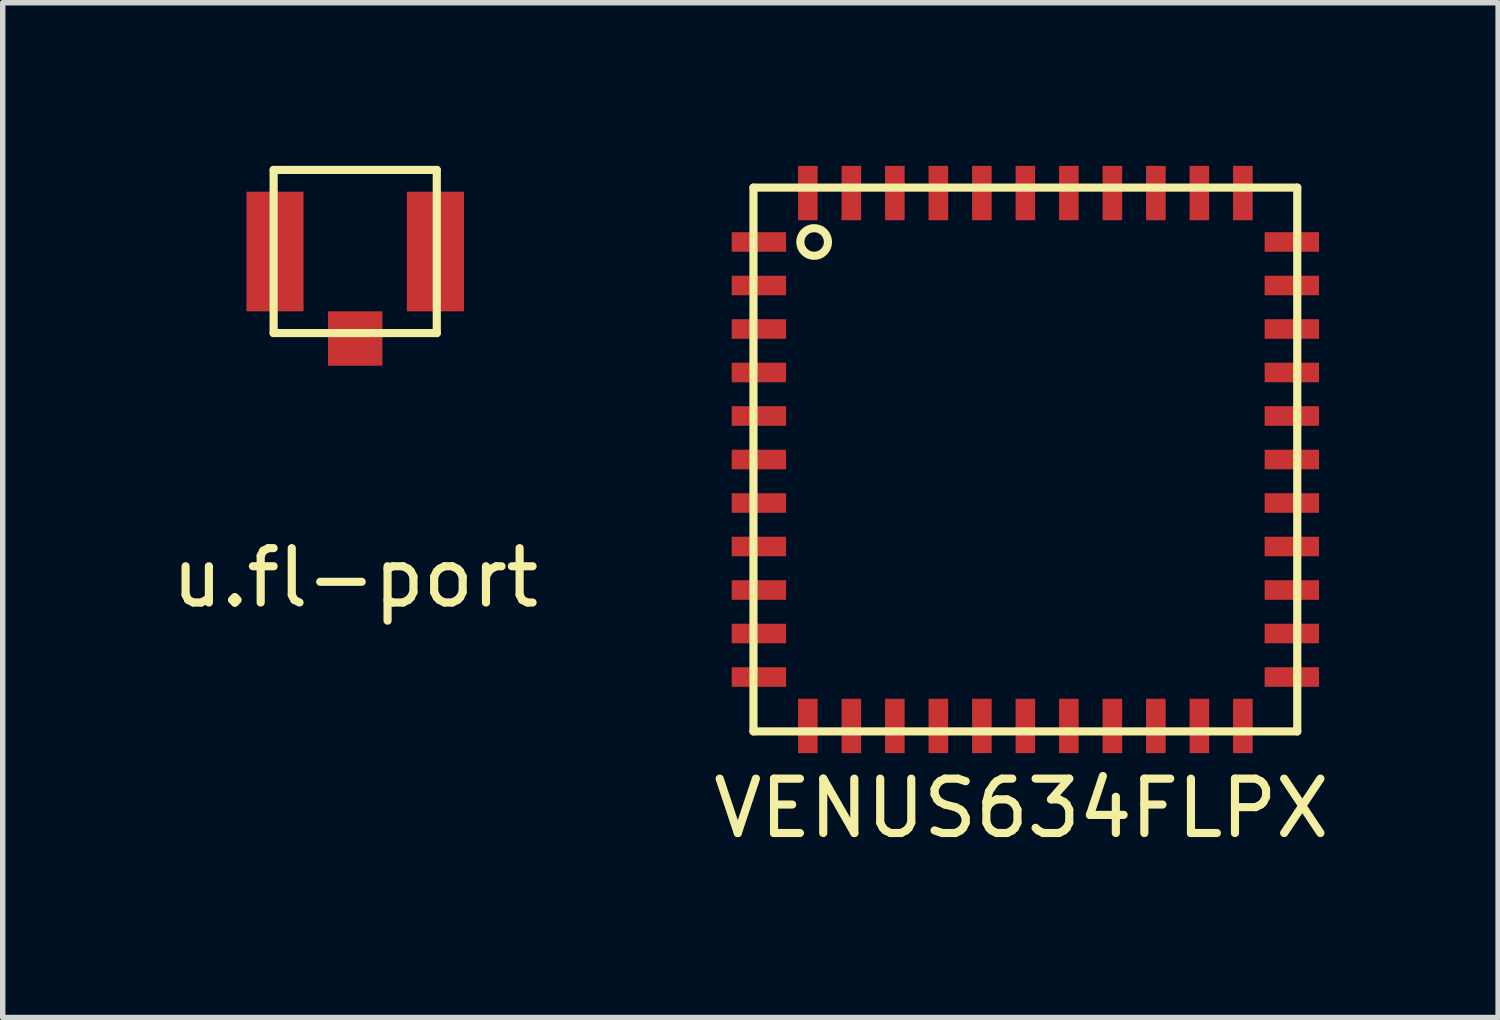
<source format=kicad_pcb>
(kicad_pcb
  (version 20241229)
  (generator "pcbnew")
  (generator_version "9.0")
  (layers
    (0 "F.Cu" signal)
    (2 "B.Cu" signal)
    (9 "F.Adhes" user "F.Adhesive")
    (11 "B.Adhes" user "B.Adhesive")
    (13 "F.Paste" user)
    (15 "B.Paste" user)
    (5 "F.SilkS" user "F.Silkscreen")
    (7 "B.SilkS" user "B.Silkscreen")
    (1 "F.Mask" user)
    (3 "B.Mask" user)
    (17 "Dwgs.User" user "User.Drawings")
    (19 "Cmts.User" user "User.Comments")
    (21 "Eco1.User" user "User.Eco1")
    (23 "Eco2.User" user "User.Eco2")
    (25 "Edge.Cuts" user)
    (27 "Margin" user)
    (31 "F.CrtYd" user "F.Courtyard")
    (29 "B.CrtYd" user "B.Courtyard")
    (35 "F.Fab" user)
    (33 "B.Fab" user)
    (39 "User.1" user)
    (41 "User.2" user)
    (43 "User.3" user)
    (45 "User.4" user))
  (footprint "VENUS634FLPX"
    (layer "F.Cu")
    (at 10.906 1.4)
    (property "Reference" "VENUS634FLPX" (at 4.826 10.414 0) (layer "F.SilkS") (effects (font (size 1 1) (thickness 0.15))))
    (attr through_hole)
    (fp_line (start -0.1 -1) (end 9.9 -1) (stroke (width 0.15) (type solid)) (layer "F.SilkS"))
    (fp_line (start -0.1 9) (end -0.1 -1) (stroke (width 0.15) (type solid)) (layer "F.SilkS"))
    (fp_line (start 9.9 -1) (end 9.9 9) (stroke (width 0.15) (type solid)) (layer "F.SilkS"))
    (fp_line (start 9.9 9) (end -0.1 9) (stroke (width 0.15) (type solid)) (layer "F.SilkS"))
    (fp_circle (center 1.016 0) (end 1.016 0.254) (stroke (width 0.15) (type solid)) (fill no) (layer "F.SilkS"))
    (pad "1" smd rect (at 0 0 90) (size 0.36 1) (layers "F.Cu" "F.Mask" "F.Paste"))
    (pad "2" smd rect (at 0 0.8 90) (size 0.36 1) (layers "F.Cu" "F.Mask" "F.Paste"))
    (pad "3" smd rect (at 0 1.6 90) (size 0.36 1) (layers "F.Cu" "F.Mask" "F.Paste"))
    (pad "4" smd rect (at 0 2.4 90) (size 0.36 1) (layers "F.Cu" "F.Mask" "F.Paste"))
    (pad "5" smd rect (at 0 3.2 90) (size 0.36 1) (layers "F.Cu" "F.Mask" "F.Paste"))
    (pad "6" smd rect (at 0 4 90) (size 0.36 1) (layers "F.Cu" "F.Mask" "F.Paste"))
    (pad "7" smd rect (at 0 4.8 90) (size 0.36 1) (layers "F.Cu" "F.Mask" "F.Paste"))
    (pad "8" smd rect (at 0 5.6 90) (size 0.36 1) (layers "F.Cu" "F.Mask" "F.Paste"))
    (pad "9" smd rect (at 0 6.4 90) (size 0.36 1) (layers "F.Cu" "F.Mask" "F.Paste"))
    (pad "10" smd rect (at 0 7.2 90) (size 0.36 1) (layers "F.Cu" "F.Mask" "F.Paste"))
    (pad "11" smd rect (at 0 8 90) (size 0.36 1) (layers "F.Cu" "F.Mask" "F.Paste"))
    (pad "12" smd rect (at 0.9 8.9) (size 0.36 1) (layers "F.Cu" "F.Mask" "F.Paste"))
    (pad "13" smd rect (at 1.7 8.9) (size 0.36 1) (layers "F.Cu" "F.Mask" "F.Paste"))
    (pad "14" smd rect (at 2.5 8.9) (size 0.36 1) (layers "F.Cu" "F.Mask" "F.Paste"))
    (pad "15" smd rect (at 3.3 8.9) (size 0.36 1) (layers "F.Cu" "F.Mask" "F.Paste"))
    (pad "16" smd rect (at 4.1 8.9) (size 0.36 1) (layers "F.Cu" "F.Mask" "F.Paste"))
    (pad "17" smd rect (at 4.9 8.9) (size 0.36 1) (layers "F.Cu" "F.Mask" "F.Paste"))
    (pad "18" smd rect (at 5.7 8.9) (size 0.36 1) (layers "F.Cu" "F.Mask" "F.Paste"))
    (pad "19" smd rect (at 6.5 8.9) (size 0.36 1) (layers "F.Cu" "F.Mask" "F.Paste"))
    (pad "20" smd rect (at 7.3 8.9) (size 0.36 1) (layers "F.Cu" "F.Mask" "F.Paste"))
    (pad "21" smd rect (at 8.1 8.9) (size 0.36 1) (layers "F.Cu" "F.Mask" "F.Paste"))
    (pad "22" smd rect (at 8.9 8.9) (size 0.36 1) (layers "F.Cu" "F.Mask" "F.Paste"))
    (pad "23" smd rect (at 9.8 8 90) (size 0.36 1) (layers "F.Cu" "F.Mask" "F.Paste"))
    (pad "24" smd rect (at 9.8 7.2 90) (size 0.36 1) (layers "F.Cu" "F.Mask" "F.Paste"))
    (pad "25" smd rect (at 9.8 6.4 90) (size 0.36 1) (layers "F.Cu" "F.Mask" "F.Paste"))
    (pad "26" smd rect (at 9.8 5.6 90) (size 0.36 1) (layers "F.Cu" "F.Mask" "F.Paste"))
    (pad "27" smd rect (at 9.8 4.8 90) (size 0.36 1) (layers "F.Cu" "F.Mask" "F.Paste"))
    (pad "28" smd rect (at 9.8 4 90) (size 0.36 1) (layers "F.Cu" "F.Mask" "F.Paste"))
    (pad "29" smd rect (at 9.8 3.2 90) (size 0.36 1) (layers "F.Cu" "F.Mask" "F.Paste"))
    (pad "30" smd rect (at 9.8 2.4 90) (size 0.36 1) (layers "F.Cu" "F.Mask" "F.Paste"))
    (pad "31" smd rect (at 9.8 1.6 90) (size 0.36 1) (layers "F.Cu" "F.Mask" "F.Paste"))
    (pad "32" smd rect (at 9.8 0.8 90) (size 0.36 1) (layers "F.Cu" "F.Mask" "F.Paste"))
    (pad "33" smd rect (at 9.8 0 90) (size 0.36 1) (layers "F.Cu" "F.Mask" "F.Paste"))
    (pad "34" smd rect (at 8.9 -0.9) (size 0.36 1) (layers "F.Cu" "F.Mask" "F.Paste"))
    (pad "35" smd rect (at 8.1 -0.9) (size 0.36 1) (layers "F.Cu" "F.Mask" "F.Paste"))
    (pad "36" smd rect (at 7.3 -0.9) (size 0.36 1) (layers "F.Cu" "F.Mask" "F.Paste"))
    (pad "37" smd rect (at 6.5 -0.9) (size 0.36 1) (layers "F.Cu" "F.Mask" "F.Paste"))
    (pad "38" smd rect (at 5.7 -0.9) (size 0.36 1) (layers "F.Cu" "F.Mask" "F.Paste"))
    (pad "39" smd rect (at 4.9 -0.9) (size 0.36 1) (layers "F.Cu" "F.Mask" "F.Paste"))
    (pad "40" smd rect (at 4.1 -0.9) (size 0.36 1) (layers "F.Cu" "F.Mask" "F.Paste"))
    (pad "41" smd rect (at 3.3 -0.9) (size 0.36 1) (layers "F.Cu" "F.Mask" "F.Paste"))
    (pad "42" smd rect (at 2.5 -0.9) (size 0.36 1) (layers "F.Cu" "F.Mask" "F.Paste"))
    (pad "43" smd rect (at 1.7 -0.9) (size 0.36 1) (layers "F.Cu" "F.Mask" "F.Paste"))
    (pad "44" smd rect (at 0.9 -0.9) (size 0.36 1) (layers "F.Cu" "F.Mask" "F.Paste")))
  (footprint "u.fl-port"
    (layer "F.Cu")
    (at 3.482 1.575)
    (property "Reference" "u.fl-port" (at 0 6 0) (layer "F.SilkS") (effects (font (size 1 1) (thickness 0.15))))
    (attr through_hole)
    (fp_line (start -1.5 -1.5) (end 1.5 -1.5) (stroke (width 0.15) (type solid)) (layer "F.SilkS"))
    (fp_line (start -1.5 1.5) (end -1.5 -1.5) (stroke (width 0.15) (type solid)) (layer "F.SilkS"))
    (fp_line (start 1.5 -1.5) (end 1.5 1.5) (stroke (width 0.15) (type solid)) (layer "F.SilkS"))
    (fp_line (start 1.5 1.5) (end -1.5 1.5) (stroke (width 0.15) (type solid)) (layer "F.SilkS"))
    (pad "1" smd rect (at 1.475 0) (size 1.05 2.2) (layers "F.Cu" "F.Mask" "F.Paste"))
    (pad "2" smd rect (at -1.475 0) (size 1.05 2.2) (layers "F.Cu" "F.Mask" "F.Paste"))
    (pad "3" smd rect (at 0 1.6) (size 1 1) (layers "F.Cu" "F.Mask" "F.Paste")))
  (gr_rect
    (start -3 -3)
    (end 24.5 15.662)
    (stroke (width 0.1) (type default))
    (fill no)
    (layer "Edge.Cuts")))
</source>
